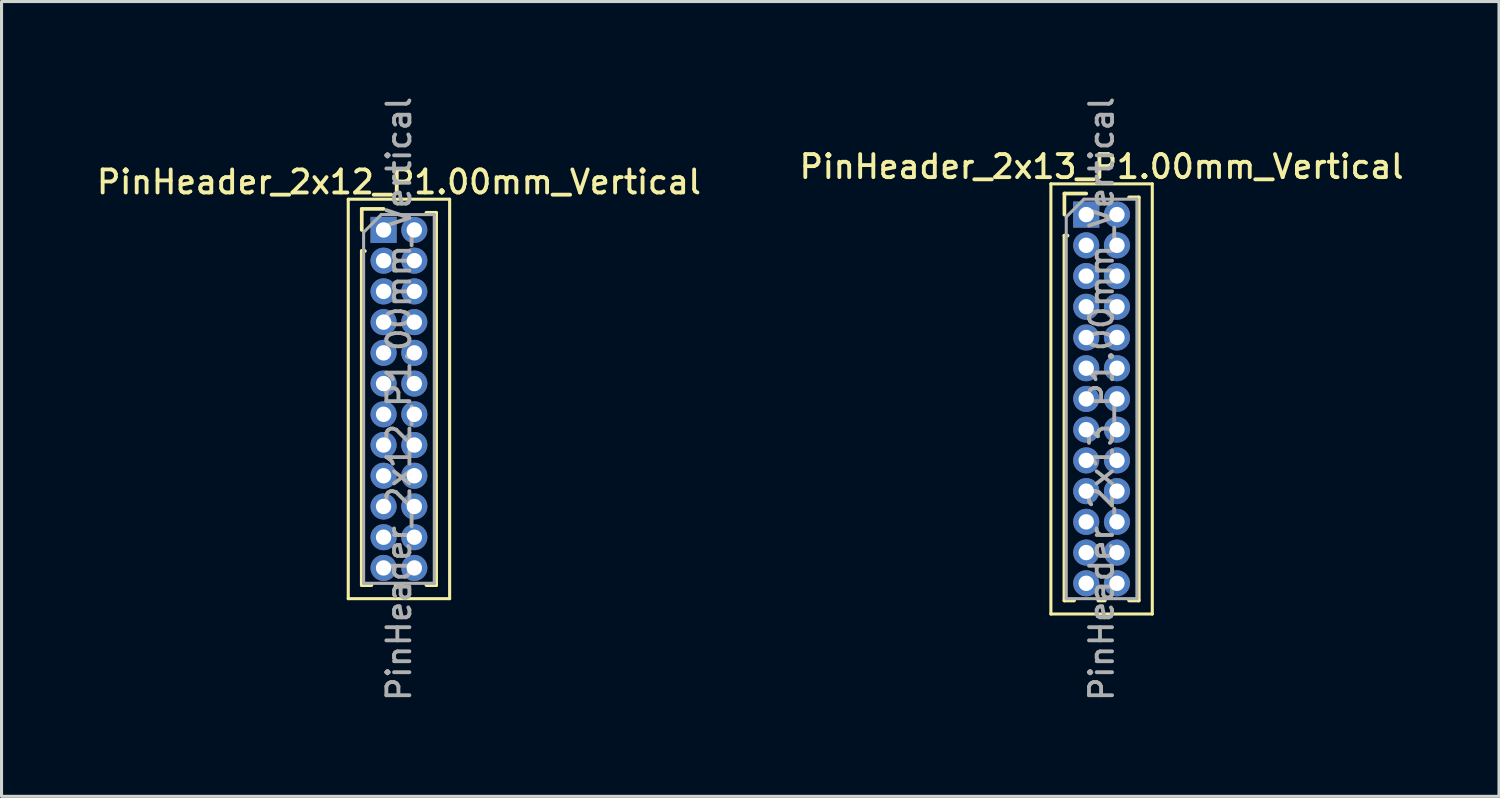
<source format=kicad_pcb>
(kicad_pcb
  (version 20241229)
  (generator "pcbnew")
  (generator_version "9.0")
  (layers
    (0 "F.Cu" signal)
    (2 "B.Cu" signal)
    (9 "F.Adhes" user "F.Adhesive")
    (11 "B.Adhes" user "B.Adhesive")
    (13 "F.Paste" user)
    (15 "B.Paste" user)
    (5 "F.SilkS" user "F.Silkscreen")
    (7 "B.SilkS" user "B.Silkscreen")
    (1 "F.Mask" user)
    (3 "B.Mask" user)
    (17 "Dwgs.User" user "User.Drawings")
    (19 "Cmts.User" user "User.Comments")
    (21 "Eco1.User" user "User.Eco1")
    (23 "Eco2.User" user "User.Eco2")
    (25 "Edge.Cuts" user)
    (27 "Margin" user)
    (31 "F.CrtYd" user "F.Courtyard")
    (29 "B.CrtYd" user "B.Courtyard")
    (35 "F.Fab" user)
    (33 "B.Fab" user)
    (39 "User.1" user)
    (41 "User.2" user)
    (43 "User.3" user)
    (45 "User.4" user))
  (footprint "PinHeader_2x13_P1.00mm_Vertical"
    (layer "F.Cu")
    (at 32.302 3.934)
    (property "Reference" "PinHeader_2x13_P1.00mm_Vertical" (at 0.5 -1.56 0) (layer "F.SilkS") (effects (font (size 0.75 0.75) (thickness 0.125))))
    (attr through_hole)
    (fp_line (start -1.15 -1) (end -1.15 13) (stroke (width 0.1) (type solid)) (layer "F.SilkS"))
    (fp_line (start -1.15 13) (end 2.15 13) (stroke (width 0.1) (type solid)) (layer "F.SilkS"))
    (fp_line (start -0.71 -0.685) (end 0 -0.685) (stroke (width 0.12) (type solid)) (layer "F.SilkS"))
    (fp_line (start -0.71 0) (end -0.71 -0.685) (stroke (width 0.12) (type solid)) (layer "F.SilkS"))
    (fp_line (start -0.71 0.685) (end -0.71 12.56) (stroke (width 0.12) (type solid)) (layer "F.SilkS"))
    (fp_line (start -0.71 0.685) (end -0.608 0.685) (stroke (width 0.12) (type solid)) (layer "F.SilkS"))
    (fp_line (start -0.71 12.56) (end -0.394 12.56) (stroke (width 0.12) (type solid)) (layer "F.SilkS"))
    (fp_line (start 0.394 12.56) (end 0.606 12.56) (stroke (width 0.12) (type solid)) (layer "F.SilkS"))
    (fp_line (start 1.394 -0.56) (end 1.71 -0.56) (stroke (width 0.12) (type solid)) (layer "F.SilkS"))
    (fp_line (start 1.394 12.56) (end 1.71 12.56) (stroke (width 0.12) (type solid)) (layer "F.SilkS"))
    (fp_line (start 1.71 -0.56) (end 1.71 12.56) (stroke (width 0.12) (type solid)) (layer "F.SilkS"))
    (fp_line (start 2.15 -1) (end -1.15 -1) (stroke (width 0.1) (type solid)) (layer "F.SilkS"))
    (fp_line (start 2.15 13) (end 2.15 -1) (stroke (width 0.1) (type solid)) (layer "F.SilkS"))
    (fp_line (start -0.65 0.075) (end -0.075 -0.5) (stroke (width 0.1) (type solid)) (layer "F.Fab"))
    (fp_line (start -0.65 12.5) (end -0.65 0.075) (stroke (width 0.1) (type solid)) (layer "F.Fab"))
    (fp_line (start -0.075 -0.5) (end 1.65 -0.5) (stroke (width 0.1) (type solid)) (layer "F.Fab"))
    (fp_line (start 1.65 -0.5) (end 1.65 12.5) (stroke (width 0.1) (type solid)) (layer "F.Fab"))
    (fp_line (start 1.65 12.5) (end -0.65 12.5) (stroke (width 0.1) (type solid)) (layer "F.Fab"))
    (fp_text user "${REFERENCE}" (at 0.5 6 90) (layer "F.Fab") (effects (font (size 0.75 0.75) (thickness 0.125))))
    (pad "1" thru_hole rect (at 0 0) (size 0.85 0.85) (drill 0.5) (layers "*.Cu" "*.Mask"))
    (pad "2" thru_hole oval (at 1 0) (size 0.85 0.85) (drill 0.5) (layers "*.Cu" "*.Mask"))
    (pad "3" thru_hole oval (at 0 1) (size 0.85 0.85) (drill 0.5) (layers "*.Cu" "*.Mask"))
    (pad "4" thru_hole oval (at 1 1) (size 0.85 0.85) (drill 0.5) (layers "*.Cu" "*.Mask"))
    (pad "5" thru_hole oval (at 0 2) (size 0.85 0.85) (drill 0.5) (layers "*.Cu" "*.Mask"))
    (pad "6" thru_hole oval (at 1 2) (size 0.85 0.85) (drill 0.5) (layers "*.Cu" "*.Mask"))
    (pad "7" thru_hole oval (at 0 3) (size 0.85 0.85) (drill 0.5) (layers "*.Cu" "*.Mask"))
    (pad "8" thru_hole oval (at 1 3) (size 0.85 0.85) (drill 0.5) (layers "*.Cu" "*.Mask"))
    (pad "9" thru_hole oval (at 0 4) (size 0.85 0.85) (drill 0.5) (layers "*.Cu" "*.Mask"))
    (pad "10" thru_hole oval (at 1 4) (size 0.85 0.85) (drill 0.5) (layers "*.Cu" "*.Mask"))
    (pad "11" thru_hole oval (at 0 5) (size 0.85 0.85) (drill 0.5) (layers "*.Cu" "*.Mask"))
    (pad "12" thru_hole oval (at 1 5) (size 0.85 0.85) (drill 0.5) (layers "*.Cu" "*.Mask"))
    (pad "13" thru_hole oval (at 0 6) (size 0.85 0.85) (drill 0.5) (layers "*.Cu" "*.Mask"))
    (pad "14" thru_hole oval (at 1 6) (size 0.85 0.85) (drill 0.5) (layers "*.Cu" "*.Mask"))
    (pad "15" thru_hole oval (at 0 7) (size 0.85 0.85) (drill 0.5) (layers "*.Cu" "*.Mask"))
    (pad "16" thru_hole oval (at 1 7) (size 0.85 0.85) (drill 0.5) (layers "*.Cu" "*.Mask"))
    (pad "17" thru_hole oval (at 0 8) (size 0.85 0.85) (drill 0.5) (layers "*.Cu" "*.Mask"))
    (pad "18" thru_hole oval (at 1 8) (size 0.85 0.85) (drill 0.5) (layers "*.Cu" "*.Mask"))
    (pad "19" thru_hole oval (at 0 9) (size 0.85 0.85) (drill 0.5) (layers "*.Cu" "*.Mask"))
    (pad "20" thru_hole oval (at 1 9) (size 0.85 0.85) (drill 0.5) (layers "*.Cu" "*.Mask"))
    (pad "21" thru_hole oval (at 0 10) (size 0.85 0.85) (drill 0.5) (layers "*.Cu" "*.Mask"))
    (pad "22" thru_hole oval (at 1 10) (size 0.85 0.85) (drill 0.5) (layers "*.Cu" "*.Mask"))
    (pad "23" thru_hole oval (at 0 11) (size 0.85 0.85) (drill 0.5) (layers "*.Cu" "*.Mask"))
    (pad "24" thru_hole oval (at 1 11) (size 0.85 0.85) (drill 0.5) (layers "*.Cu" "*.Mask"))
    (pad "25" thru_hole oval (at 0 12) (size 0.85 0.85) (drill 0.5) (layers "*.Cu" "*.Mask"))
    (pad "26" thru_hole oval (at 1 12) (size 0.85 0.85) (drill 0.5) (layers "*.Cu" "*.Mask")))
  (footprint "PinHeader_2x12_P1.00mm_Vertical"
    (layer "F.Cu")
    (at 9.434 4.434)
    (property "Reference" "PinHeader_2x12_P1.00mm_Vertical" (at 0.5 -1.56 0) (layer "F.SilkS") (effects (font (size 0.75 0.75) (thickness 0.125))))
    (attr through_hole)
    (fp_line (start -1.15 -1) (end -1.15 12) (stroke (width 0.1) (type solid)) (layer "F.SilkS"))
    (fp_line (start -1.15 12) (end 2.15 12) (stroke (width 0.1) (type solid)) (layer "F.SilkS"))
    (fp_line (start -0.71 -0.685) (end 0 -0.685) (stroke (width 0.12) (type solid)) (layer "F.SilkS"))
    (fp_line (start -0.71 0) (end -0.71 -0.685) (stroke (width 0.12) (type solid)) (layer "F.SilkS"))
    (fp_line (start -0.71 0.685) (end -0.71 11.56) (stroke (width 0.12) (type solid)) (layer "F.SilkS"))
    (fp_line (start -0.71 0.685) (end -0.608 0.685) (stroke (width 0.12) (type solid)) (layer "F.SilkS"))
    (fp_line (start -0.71 11.56) (end -0.394 11.56) (stroke (width 0.12) (type solid)) (layer "F.SilkS"))
    (fp_line (start 0.394 11.56) (end 0.606 11.56) (stroke (width 0.12) (type solid)) (layer "F.SilkS"))
    (fp_line (start 1.394 -0.56) (end 1.71 -0.56) (stroke (width 0.12) (type solid)) (layer "F.SilkS"))
    (fp_line (start 1.394 11.56) (end 1.71 11.56) (stroke (width 0.12) (type solid)) (layer "F.SilkS"))
    (fp_line (start 1.71 -0.56) (end 1.71 11.56) (stroke (width 0.12) (type solid)) (layer "F.SilkS"))
    (fp_line (start 2.15 -1) (end -1.15 -1) (stroke (width 0.1) (type solid)) (layer "F.SilkS"))
    (fp_line (start 2.15 12) (end 2.15 -1) (stroke (width 0.1) (type solid)) (layer "F.SilkS"))
    (fp_line (start -0.65 0.075) (end -0.075 -0.5) (stroke (width 0.1) (type solid)) (layer "F.Fab"))
    (fp_line (start -0.65 11.5) (end -0.65 0.075) (stroke (width 0.1) (type solid)) (layer "F.Fab"))
    (fp_line (start -0.075 -0.5) (end 1.65 -0.5) (stroke (width 0.1) (type solid)) (layer "F.Fab"))
    (fp_line (start 1.65 -0.5) (end 1.65 11.5) (stroke (width 0.1) (type solid)) (layer "F.Fab"))
    (fp_line (start 1.65 11.5) (end -0.65 11.5) (stroke (width 0.1) (type solid)) (layer "F.Fab"))
    (fp_text user "${REFERENCE}" (at 0.5 5.5 90) (layer "F.Fab") (effects (font (size 0.75 0.75) (thickness 0.125))))
    (pad "1" thru_hole rect (at 0 0) (size 0.85 0.85) (drill 0.5) (layers "*.Cu" "*.Mask"))
    (pad "2" thru_hole oval (at 1 0) (size 0.85 0.85) (drill 0.5) (layers "*.Cu" "*.Mask"))
    (pad "3" thru_hole oval (at 0 1) (size 0.85 0.85) (drill 0.5) (layers "*.Cu" "*.Mask"))
    (pad "4" thru_hole oval (at 1 1) (size 0.85 0.85) (drill 0.5) (layers "*.Cu" "*.Mask"))
    (pad "5" thru_hole oval (at 0 2) (size 0.85 0.85) (drill 0.5) (layers "*.Cu" "*.Mask"))
    (pad "6" thru_hole oval (at 1 2) (size 0.85 0.85) (drill 0.5) (layers "*.Cu" "*.Mask"))
    (pad "7" thru_hole oval (at 0 3) (size 0.85 0.85) (drill 0.5) (layers "*.Cu" "*.Mask"))
    (pad "8" thru_hole oval (at 1 3) (size 0.85 0.85) (drill 0.5) (layers "*.Cu" "*.Mask"))
    (pad "9" thru_hole oval (at 0 4) (size 0.85 0.85) (drill 0.5) (layers "*.Cu" "*.Mask"))
    (pad "10" thru_hole oval (at 1 4) (size 0.85 0.85) (drill 0.5) (layers "*.Cu" "*.Mask"))
    (pad "11" thru_hole oval (at 0 5) (size 0.85 0.85) (drill 0.5) (layers "*.Cu" "*.Mask"))
    (pad "12" thru_hole oval (at 1 5) (size 0.85 0.85) (drill 0.5) (layers "*.Cu" "*.Mask"))
    (pad "13" thru_hole oval (at 0 6) (size 0.85 0.85) (drill 0.5) (layers "*.Cu" "*.Mask"))
    (pad "14" thru_hole oval (at 1 6) (size 0.85 0.85) (drill 0.5) (layers "*.Cu" "*.Mask"))
    (pad "15" thru_hole oval (at 0 7) (size 0.85 0.85) (drill 0.5) (layers "*.Cu" "*.Mask"))
    (pad "16" thru_hole oval (at 1 7) (size 0.85 0.85) (drill 0.5) (layers "*.Cu" "*.Mask"))
    (pad "17" thru_hole oval (at 0 8) (size 0.85 0.85) (drill 0.5) (layers "*.Cu" "*.Mask"))
    (pad "18" thru_hole oval (at 1 8) (size 0.85 0.85) (drill 0.5) (layers "*.Cu" "*.Mask"))
    (pad "19" thru_hole oval (at 0 9) (size 0.85 0.85) (drill 0.5) (layers "*.Cu" "*.Mask"))
    (pad "20" thru_hole oval (at 1 9) (size 0.85 0.85) (drill 0.5) (layers "*.Cu" "*.Mask"))
    (pad "21" thru_hole oval (at 0 10) (size 0.85 0.85) (drill 0.5) (layers "*.Cu" "*.Mask"))
    (pad "22" thru_hole oval (at 1 10) (size 0.85 0.85) (drill 0.5) (layers "*.Cu" "*.Mask"))
    (pad "23" thru_hole oval (at 0 11) (size 0.85 0.85) (drill 0.5) (layers "*.Cu" "*.Mask"))
    (pad "24" thru_hole oval (at 1 11) (size 0.85 0.85) (drill 0.5) (layers "*.Cu" "*.Mask")))
  (gr_rect
    (start -3 -3)
    (end 45.736 22.868)
    (stroke (width 0.1) (type default))
    (fill no)
    (layer "Edge.Cuts")))
</source>
